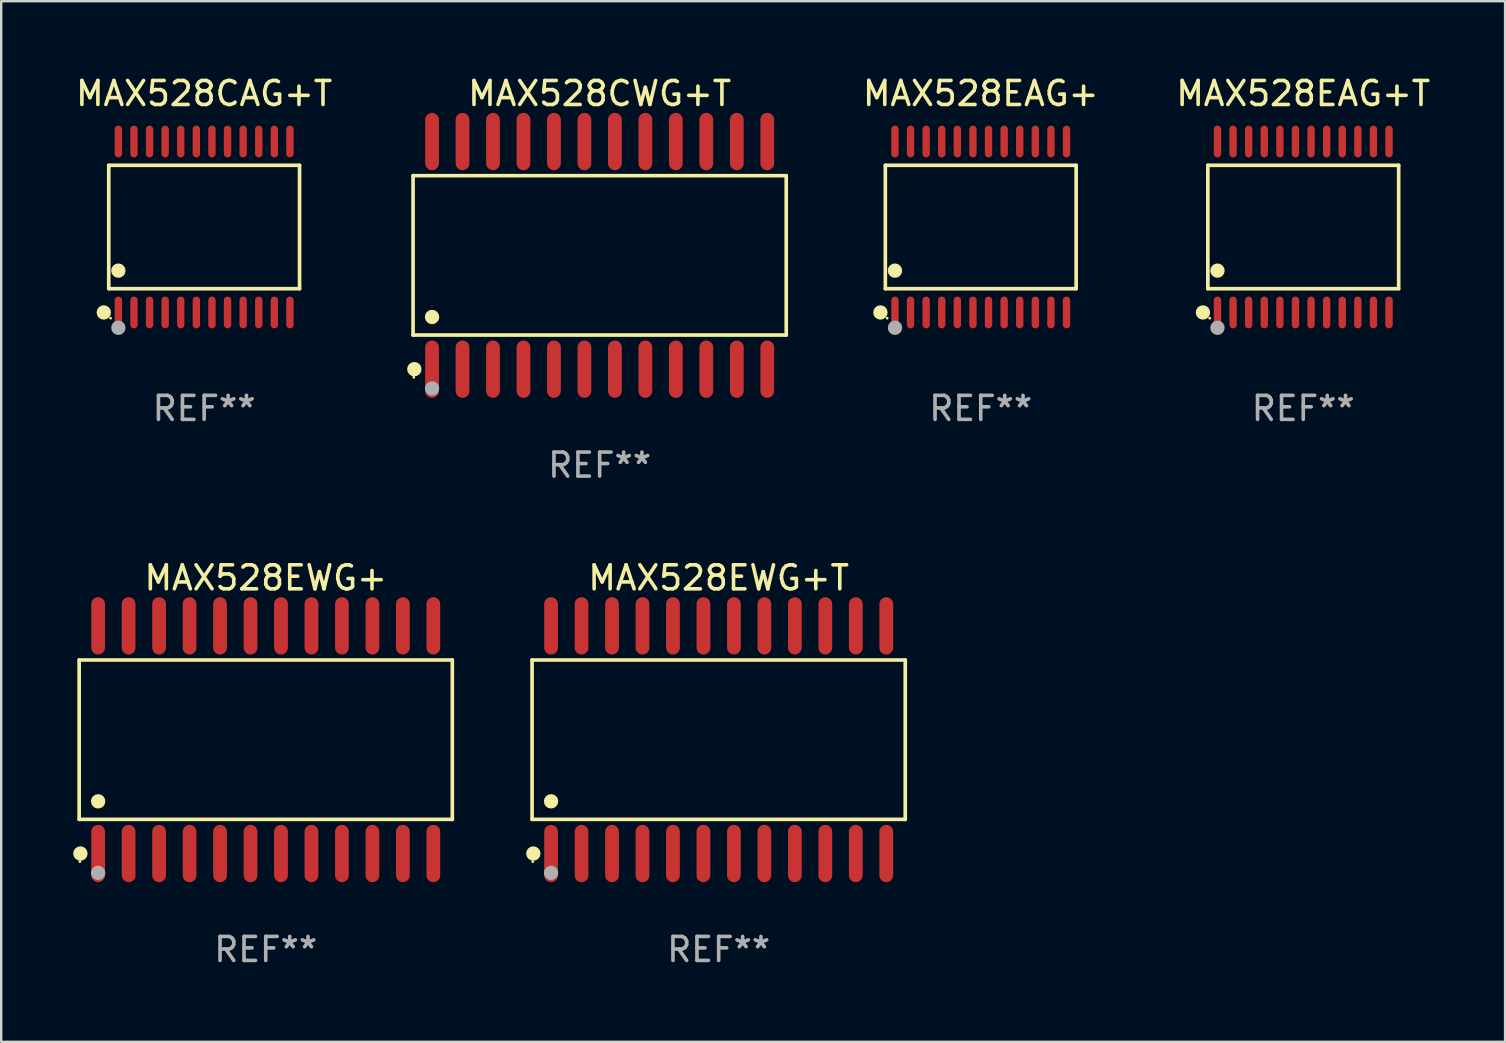
<source format=kicad_pcb>
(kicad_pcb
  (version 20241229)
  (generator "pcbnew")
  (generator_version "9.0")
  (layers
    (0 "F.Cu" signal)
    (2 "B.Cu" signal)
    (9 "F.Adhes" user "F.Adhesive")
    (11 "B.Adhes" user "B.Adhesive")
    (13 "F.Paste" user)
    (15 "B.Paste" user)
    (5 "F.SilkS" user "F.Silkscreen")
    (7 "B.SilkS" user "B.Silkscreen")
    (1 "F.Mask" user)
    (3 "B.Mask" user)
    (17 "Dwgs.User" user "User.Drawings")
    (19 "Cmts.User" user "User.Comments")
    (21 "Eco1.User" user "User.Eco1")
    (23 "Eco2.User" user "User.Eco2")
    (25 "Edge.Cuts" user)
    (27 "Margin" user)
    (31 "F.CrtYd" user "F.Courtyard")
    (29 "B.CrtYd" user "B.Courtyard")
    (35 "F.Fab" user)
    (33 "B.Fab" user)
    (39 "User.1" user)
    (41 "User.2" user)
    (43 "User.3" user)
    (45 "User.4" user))
  (footprint "MAX528EAG+"
    (layer "F.Cu")
    (at 37.823 6.41)
    (property "Reference" "MAX528EAG+" (at 0 -5.562 0) (layer "F.SilkS") (effects (font (size 1 1) (thickness 0.15))))
    (attr through_hole)
    (fp_line (start -3.976 -2.571) (end 3.976 -2.571) (stroke (width 0.152) (type solid)) (layer "F.SilkS"))
    (fp_line (start -3.976 2.571) (end -3.976 -2.571) (stroke (width 0.152) (type solid)) (layer "F.SilkS"))
    (fp_line (start 3.976 -2.571) (end 3.976 2.571) (stroke (width 0.152) (type solid)) (layer "F.SilkS"))
    (fp_line (start 3.976 2.571) (end -3.976 2.571) (stroke (width 0.152) (type solid)) (layer "F.SilkS"))
    (fp_circle (center -4.181 3.562) (end -4.031 3.562) (stroke (width 0.3) (type solid)) (fill no) (layer "F.SilkS"))
    (fp_circle (center -3.9 3.8) (end -3.87 3.8) (stroke (width 0.06) (type solid)) (fill no) (layer "F.SilkS"))
    (fp_circle (center -3.575 1.819) (end -3.425 1.819) (stroke (width 0.3) (type solid)) (fill no) (layer "F.SilkS"))
    (fp_circle (center -3.575 4.2) (end -3.425 4.2) (stroke (width 0.3) (type solid)) (fill no) (layer "F.Fab"))
    (fp_text user "REF**" (at 0 7.562 0) (layer "F.Fab") (effects (font (size 1 1) (thickness 0.15))))
    (pad "1" smd oval (at -3.575 3.562) (size 0.308 1.324) (layers "F.Cu" "F.Mask" "F.Paste"))
    (pad "2" smd oval (at -2.925 3.562) (size 0.308 1.324) (layers "F.Cu" "F.Mask" "F.Paste"))
    (pad "3" smd oval (at -2.275 3.562) (size 0.308 1.324) (layers "F.Cu" "F.Mask" "F.Paste"))
    (pad "4" smd oval (at -1.625 3.562) (size 0.308 1.324) (layers "F.Cu" "F.Mask" "F.Paste"))
    (pad "5" smd oval (at -0.975 3.562) (size 0.308 1.324) (layers "F.Cu" "F.Mask" "F.Paste"))
    (pad "6" smd oval (at -0.325 3.562) (size 0.308 1.324) (layers "F.Cu" "F.Mask" "F.Paste"))
    (pad "7" smd oval (at 0.325 3.562) (size 0.308 1.324) (layers "F.Cu" "F.Mask" "F.Paste"))
    (pad "8" smd oval (at 0.975 3.562) (size 0.308 1.324) (layers "F.Cu" "F.Mask" "F.Paste"))
    (pad "9" smd oval (at 1.625 3.562) (size 0.308 1.324) (layers "F.Cu" "F.Mask" "F.Paste"))
    (pad "10" smd oval (at 2.275 3.562) (size 0.308 1.324) (layers "F.Cu" "F.Mask" "F.Paste"))
    (pad "11" smd oval (at 2.925 3.562) (size 0.308 1.324) (layers "F.Cu" "F.Mask" "F.Paste"))
    (pad "12" smd oval (at 3.575 3.562) (size 0.308 1.324) (layers "F.Cu" "F.Mask" "F.Paste"))
    (pad "13" smd oval (at 3.575 -3.562) (size 0.308 1.324) (layers "F.Cu" "F.Mask" "F.Paste"))
    (pad "14" smd oval (at 2.925 -3.562) (size 0.308 1.324) (layers "F.Cu" "F.Mask" "F.Paste"))
    (pad "15" smd oval (at 2.275 -3.562) (size 0.308 1.324) (layers "F.Cu" "F.Mask" "F.Paste"))
    (pad "16" smd oval (at 1.625 -3.562) (size 0.308 1.324) (layers "F.Cu" "F.Mask" "F.Paste"))
    (pad "17" smd oval (at 0.975 -3.562) (size 0.308 1.324) (layers "F.Cu" "F.Mask" "F.Paste"))
    (pad "18" smd oval (at 0.325 -3.562) (size 0.308 1.324) (layers "F.Cu" "F.Mask" "F.Paste"))
    (pad "19" smd oval (at -0.325 -3.562) (size 0.308 1.324) (layers "F.Cu" "F.Mask" "F.Paste"))
    (pad "20" smd oval (at -0.975 -3.562) (size 0.308 1.324) (layers "F.Cu" "F.Mask" "F.Paste"))
    (pad "21" smd oval (at -1.625 -3.562) (size 0.308 1.324) (layers "F.Cu" "F.Mask" "F.Paste"))
    (pad "22" smd oval (at -2.275 -3.562) (size 0.308 1.324) (layers "F.Cu" "F.Mask" "F.Paste"))
    (pad "23" smd oval (at -2.925 -3.562) (size 0.308 1.324) (layers "F.Cu" "F.Mask" "F.Paste"))
    (pad "24" smd oval (at -3.575 -3.562) (size 0.308 1.324) (layers "F.Cu" "F.Mask" "F.Paste")))
  (footprint "MAX528CAG+T"
    (layer "F.Cu")
    (at 5.458 6.41)
    (property "Reference" "MAX528CAG+T" (at 0 -5.562 0) (layer "F.SilkS") (effects (font (size 1 1) (thickness 0.15))))
    (attr through_hole)
    (fp_line (start -3.976 -2.571) (end 3.976 -2.571) (stroke (width 0.152) (type solid)) (layer "F.SilkS"))
    (fp_line (start -3.976 2.571) (end -3.976 -2.571) (stroke (width 0.152) (type solid)) (layer "F.SilkS"))
    (fp_line (start 3.976 -2.571) (end 3.976 2.571) (stroke (width 0.152) (type solid)) (layer "F.SilkS"))
    (fp_line (start 3.976 2.571) (end -3.976 2.571) (stroke (width 0.152) (type solid)) (layer "F.SilkS"))
    (fp_circle (center -4.181 3.562) (end -4.031 3.562) (stroke (width 0.3) (type solid)) (fill no) (layer "F.SilkS"))
    (fp_circle (center -3.9 3.8) (end -3.87 3.8) (stroke (width 0.06) (type solid)) (fill no) (layer "F.SilkS"))
    (fp_circle (center -3.575 1.819) (end -3.425 1.819) (stroke (width 0.3) (type solid)) (fill no) (layer "F.SilkS"))
    (fp_circle (center -3.575 4.2) (end -3.425 4.2) (stroke (width 0.3) (type solid)) (fill no) (layer "F.Fab"))
    (fp_text user "REF**" (at 0 7.562 0) (layer "F.Fab") (effects (font (size 1 1) (thickness 0.15))))
    (pad "1" smd oval (at -3.575 3.562) (size 0.308 1.324) (layers "F.Cu" "F.Mask" "F.Paste"))
    (pad "2" smd oval (at -2.925 3.562) (size 0.308 1.324) (layers "F.Cu" "F.Mask" "F.Paste"))
    (pad "3" smd oval (at -2.275 3.562) (size 0.308 1.324) (layers "F.Cu" "F.Mask" "F.Paste"))
    (pad "4" smd oval (at -1.625 3.562) (size 0.308 1.324) (layers "F.Cu" "F.Mask" "F.Paste"))
    (pad "5" smd oval (at -0.975 3.562) (size 0.308 1.324) (layers "F.Cu" "F.Mask" "F.Paste"))
    (pad "6" smd oval (at -0.325 3.562) (size 0.308 1.324) (layers "F.Cu" "F.Mask" "F.Paste"))
    (pad "7" smd oval (at 0.325 3.562) (size 0.308 1.324) (layers "F.Cu" "F.Mask" "F.Paste"))
    (pad "8" smd oval (at 0.975 3.562) (size 0.308 1.324) (layers "F.Cu" "F.Mask" "F.Paste"))
    (pad "9" smd oval (at 1.625 3.562) (size 0.308 1.324) (layers "F.Cu" "F.Mask" "F.Paste"))
    (pad "10" smd oval (at 2.275 3.562) (size 0.308 1.324) (layers "F.Cu" "F.Mask" "F.Paste"))
    (pad "11" smd oval (at 2.925 3.562) (size 0.308 1.324) (layers "F.Cu" "F.Mask" "F.Paste"))
    (pad "12" smd oval (at 3.575 3.562) (size 0.308 1.324) (layers "F.Cu" "F.Mask" "F.Paste"))
    (pad "13" smd oval (at 3.575 -3.562) (size 0.308 1.324) (layers "F.Cu" "F.Mask" "F.Paste"))
    (pad "14" smd oval (at 2.925 -3.562) (size 0.308 1.324) (layers "F.Cu" "F.Mask" "F.Paste"))
    (pad "15" smd oval (at 2.275 -3.562) (size 0.308 1.324) (layers "F.Cu" "F.Mask" "F.Paste"))
    (pad "16" smd oval (at 1.625 -3.562) (size 0.308 1.324) (layers "F.Cu" "F.Mask" "F.Paste"))
    (pad "17" smd oval (at 0.975 -3.562) (size 0.308 1.324) (layers "F.Cu" "F.Mask" "F.Paste"))
    (pad "18" smd oval (at 0.325 -3.562) (size 0.308 1.324) (layers "F.Cu" "F.Mask" "F.Paste"))
    (pad "19" smd oval (at -0.325 -3.562) (size 0.308 1.324) (layers "F.Cu" "F.Mask" "F.Paste"))
    (pad "20" smd oval (at -0.975 -3.562) (size 0.308 1.324) (layers "F.Cu" "F.Mask" "F.Paste"))
    (pad "21" smd oval (at -1.625 -3.562) (size 0.308 1.324) (layers "F.Cu" "F.Mask" "F.Paste"))
    (pad "22" smd oval (at -2.275 -3.562) (size 0.308 1.324) (layers "F.Cu" "F.Mask" "F.Paste"))
    (pad "23" smd oval (at -2.925 -3.562) (size 0.308 1.324) (layers "F.Cu" "F.Mask" "F.Paste"))
    (pad "24" smd oval (at -3.575 -3.562) (size 0.308 1.324) (layers "F.Cu" "F.Mask" "F.Paste")))
  (footprint "MAX528EWG+"
    (layer "F.Cu")
    (at 8.025 27.777)
    (property "Reference" "MAX528EWG+" (at 0 -6.744 0) (layer "F.SilkS") (effects (font (size 1 1) (thickness 0.15))))
    (attr through_hole)
    (fp_line (start -7.776 -3.321) (end 7.776 -3.321) (stroke (width 0.152) (type solid)) (layer "F.SilkS"))
    (fp_line (start -7.776 3.321) (end -7.776 -3.321) (stroke (width 0.152) (type solid)) (layer "F.SilkS"))
    (fp_line (start 7.776 -3.321) (end 7.776 3.321) (stroke (width 0.152) (type solid)) (layer "F.SilkS"))
    (fp_line (start 7.776 3.321) (end -7.776 3.321) (stroke (width 0.152) (type solid)) (layer "F.SilkS"))
    (fp_circle (center -7.747 5.08) (end -7.717 5.08) (stroke (width 0.06) (type solid)) (fill no) (layer "F.SilkS"))
    (fp_circle (center -7.724 4.744) (end -7.574 4.744) (stroke (width 0.3) (type solid)) (fill no) (layer "F.SilkS"))
    (fp_circle (center -6.985 2.569) (end -6.835 2.569) (stroke (width 0.3) (type solid)) (fill no) (layer "F.SilkS"))
    (fp_circle (center -6.985 5.55) (end -6.835 5.55) (stroke (width 0.3) (type solid)) (fill no) (layer "F.Fab"))
    (fp_text user "REF**" (at 0 8.744 0) (layer "F.Fab") (effects (font (size 1 1) (thickness 0.15))))
    (pad "1" smd oval (at -6.985 4.744) (size 0.574 2.388) (layers "F.Cu" "F.Mask" "F.Paste"))
    (pad "2" smd oval (at -5.715 4.744) (size 0.574 2.388) (layers "F.Cu" "F.Mask" "F.Paste"))
    (pad "3" smd oval (at -4.445 4.744) (size 0.574 2.388) (layers "F.Cu" "F.Mask" "F.Paste"))
    (pad "4" smd oval (at -3.175 4.744) (size 0.574 2.388) (layers "F.Cu" "F.Mask" "F.Paste"))
    (pad "5" smd oval (at -1.905 4.744) (size 0.574 2.388) (layers "F.Cu" "F.Mask" "F.Paste"))
    (pad "6" smd oval (at -0.635 4.744) (size 0.574 2.388) (layers "F.Cu" "F.Mask" "F.Paste"))
    (pad "7" smd oval (at 0.635 4.744) (size 0.574 2.388) (layers "F.Cu" "F.Mask" "F.Paste"))
    (pad "8" smd oval (at 1.905 4.744) (size 0.574 2.388) (layers "F.Cu" "F.Mask" "F.Paste"))
    (pad "9" smd oval (at 3.175 4.744) (size 0.574 2.388) (layers "F.Cu" "F.Mask" "F.Paste"))
    (pad "10" smd oval (at 4.445 4.744) (size 0.574 2.388) (layers "F.Cu" "F.Mask" "F.Paste"))
    (pad "11" smd oval (at 5.715 4.744) (size 0.574 2.388) (layers "F.Cu" "F.Mask" "F.Paste"))
    (pad "12" smd oval (at 6.985 4.744) (size 0.574 2.388) (layers "F.Cu" "F.Mask" "F.Paste"))
    (pad "13" smd oval (at 6.985 -4.744) (size 0.574 2.388) (layers "F.Cu" "F.Mask" "F.Paste"))
    (pad "14" smd oval (at 5.715 -4.744) (size 0.574 2.388) (layers "F.Cu" "F.Mask" "F.Paste"))
    (pad "15" smd oval (at 4.445 -4.744) (size 0.574 2.388) (layers "F.Cu" "F.Mask" "F.Paste"))
    (pad "16" smd oval (at 3.175 -4.744) (size 0.574 2.388) (layers "F.Cu" "F.Mask" "F.Paste"))
    (pad "17" smd oval (at 1.905 -4.744) (size 0.574 2.388) (layers "F.Cu" "F.Mask" "F.Paste"))
    (pad "18" smd oval (at 0.635 -4.744) (size 0.574 2.388) (layers "F.Cu" "F.Mask" "F.Paste"))
    (pad "19" smd oval (at -0.635 -4.744) (size 0.574 2.388) (layers "F.Cu" "F.Mask" "F.Paste"))
    (pad "20" smd oval (at -1.905 -4.744) (size 0.574 2.388) (layers "F.Cu" "F.Mask" "F.Paste"))
    (pad "21" smd oval (at -3.175 -4.744) (size 0.574 2.388) (layers "F.Cu" "F.Mask" "F.Paste"))
    (pad "22" smd oval (at -4.445 -4.744) (size 0.574 2.388) (layers "F.Cu" "F.Mask" "F.Paste"))
    (pad "23" smd oval (at -5.715 -4.744) (size 0.574 2.388) (layers "F.Cu" "F.Mask" "F.Paste"))
    (pad "24" smd oval (at -6.985 -4.744) (size 0.574 2.388) (layers "F.Cu" "F.Mask" "F.Paste")))
  (footprint "MAX528EWG+T"
    (layer "F.Cu")
    (at 26.901 27.777)
    (property "Reference" "MAX528EWG+T" (at 0 -6.744 0) (layer "F.SilkS") (effects (font (size 1 1) (thickness 0.15))))
    (attr through_hole)
    (fp_line (start -7.776 -3.321) (end 7.776 -3.321) (stroke (width 0.152) (type solid)) (layer "F.SilkS"))
    (fp_line (start -7.776 3.321) (end -7.776 -3.321) (stroke (width 0.152) (type solid)) (layer "F.SilkS"))
    (fp_line (start 7.776 -3.321) (end 7.776 3.321) (stroke (width 0.152) (type solid)) (layer "F.SilkS"))
    (fp_line (start 7.776 3.321) (end -7.776 3.321) (stroke (width 0.152) (type solid)) (layer "F.SilkS"))
    (fp_circle (center -7.747 5.08) (end -7.717 5.08) (stroke (width 0.06) (type solid)) (fill no) (layer "F.SilkS"))
    (fp_circle (center -7.724 4.744) (end -7.574 4.744) (stroke (width 0.3) (type solid)) (fill no) (layer "F.SilkS"))
    (fp_circle (center -6.985 2.569) (end -6.835 2.569) (stroke (width 0.3) (type solid)) (fill no) (layer "F.SilkS"))
    (fp_circle (center -6.985 5.55) (end -6.835 5.55) (stroke (width 0.3) (type solid)) (fill no) (layer "F.Fab"))
    (fp_text user "REF**" (at 0 8.744 0) (layer "F.Fab") (effects (font (size 1 1) (thickness 0.15))))
    (pad "1" smd oval (at -6.985 4.744) (size 0.574 2.388) (layers "F.Cu" "F.Mask" "F.Paste"))
    (pad "2" smd oval (at -5.715 4.744) (size 0.574 2.388) (layers "F.Cu" "F.Mask" "F.Paste"))
    (pad "3" smd oval (at -4.445 4.744) (size 0.574 2.388) (layers "F.Cu" "F.Mask" "F.Paste"))
    (pad "4" smd oval (at -3.175 4.744) (size 0.574 2.388) (layers "F.Cu" "F.Mask" "F.Paste"))
    (pad "5" smd oval (at -1.905 4.744) (size 0.574 2.388) (layers "F.Cu" "F.Mask" "F.Paste"))
    (pad "6" smd oval (at -0.635 4.744) (size 0.574 2.388) (layers "F.Cu" "F.Mask" "F.Paste"))
    (pad "7" smd oval (at 0.635 4.744) (size 0.574 2.388) (layers "F.Cu" "F.Mask" "F.Paste"))
    (pad "8" smd oval (at 1.905 4.744) (size 0.574 2.388) (layers "F.Cu" "F.Mask" "F.Paste"))
    (pad "9" smd oval (at 3.175 4.744) (size 0.574 2.388) (layers "F.Cu" "F.Mask" "F.Paste"))
    (pad "10" smd oval (at 4.445 4.744) (size 0.574 2.388) (layers "F.Cu" "F.Mask" "F.Paste"))
    (pad "11" smd oval (at 5.715 4.744) (size 0.574 2.388) (layers "F.Cu" "F.Mask" "F.Paste"))
    (pad "12" smd oval (at 6.985 4.744) (size 0.574 2.388) (layers "F.Cu" "F.Mask" "F.Paste"))
    (pad "13" smd oval (at 6.985 -4.744) (size 0.574 2.388) (layers "F.Cu" "F.Mask" "F.Paste"))
    (pad "14" smd oval (at 5.715 -4.744) (size 0.574 2.388) (layers "F.Cu" "F.Mask" "F.Paste"))
    (pad "15" smd oval (at 4.445 -4.744) (size 0.574 2.388) (layers "F.Cu" "F.Mask" "F.Paste"))
    (pad "16" smd oval (at 3.175 -4.744) (size 0.574 2.388) (layers "F.Cu" "F.Mask" "F.Paste"))
    (pad "17" smd oval (at 1.905 -4.744) (size 0.574 2.388) (layers "F.Cu" "F.Mask" "F.Paste"))
    (pad "18" smd oval (at 0.635 -4.744) (size 0.574 2.388) (layers "F.Cu" "F.Mask" "F.Paste"))
    (pad "19" smd oval (at -0.635 -4.744) (size 0.574 2.388) (layers "F.Cu" "F.Mask" "F.Paste"))
    (pad "20" smd oval (at -1.905 -4.744) (size 0.574 2.388) (layers "F.Cu" "F.Mask" "F.Paste"))
    (pad "21" smd oval (at -3.175 -4.744) (size 0.574 2.388) (layers "F.Cu" "F.Mask" "F.Paste"))
    (pad "22" smd oval (at -4.445 -4.744) (size 0.574 2.388) (layers "F.Cu" "F.Mask" "F.Paste"))
    (pad "23" smd oval (at -5.715 -4.744) (size 0.574 2.388) (layers "F.Cu" "F.Mask" "F.Paste"))
    (pad "24" smd oval (at -6.985 -4.744) (size 0.574 2.388) (layers "F.Cu" "F.Mask" "F.Paste")))
  (footprint "MAX528CWG+T"
    (layer "F.Cu")
    (at 21.941 7.592)
    (property "Reference" "MAX528CWG+T" (at 0 -6.744 0) (layer "F.SilkS") (effects (font (size 1 1) (thickness 0.15))))
    (attr through_hole)
    (fp_line (start -7.776 -3.321) (end 7.776 -3.321) (stroke (width 0.152) (type solid)) (layer "F.SilkS"))
    (fp_line (start -7.776 3.321) (end -7.776 -3.321) (stroke (width 0.152) (type solid)) (layer "F.SilkS"))
    (fp_line (start 7.776 -3.321) (end 7.776 3.321) (stroke (width 0.152) (type solid)) (layer "F.SilkS"))
    (fp_line (start 7.776 3.321) (end -7.776 3.321) (stroke (width 0.152) (type solid)) (layer "F.SilkS"))
    (fp_circle (center -7.747 5.08) (end -7.717 5.08) (stroke (width 0.06) (type solid)) (fill no) (layer "F.SilkS"))
    (fp_circle (center -7.724 4.744) (end -7.574 4.744) (stroke (width 0.3) (type solid)) (fill no) (layer "F.SilkS"))
    (fp_circle (center -6.985 2.569) (end -6.835 2.569) (stroke (width 0.3) (type solid)) (fill no) (layer "F.SilkS"))
    (fp_circle (center -6.985 5.55) (end -6.835 5.55) (stroke (width 0.3) (type solid)) (fill no) (layer "F.Fab"))
    (fp_text user "REF**" (at 0 8.744 0) (layer "F.Fab") (effects (font (size 1 1) (thickness 0.15))))
    (pad "1" smd oval (at -6.985 4.744) (size 0.574 2.388) (layers "F.Cu" "F.Mask" "F.Paste"))
    (pad "2" smd oval (at -5.715 4.744) (size 0.574 2.388) (layers "F.Cu" "F.Mask" "F.Paste"))
    (pad "3" smd oval (at -4.445 4.744) (size 0.574 2.388) (layers "F.Cu" "F.Mask" "F.Paste"))
    (pad "4" smd oval (at -3.175 4.744) (size 0.574 2.388) (layers "F.Cu" "F.Mask" "F.Paste"))
    (pad "5" smd oval (at -1.905 4.744) (size 0.574 2.388) (layers "F.Cu" "F.Mask" "F.Paste"))
    (pad "6" smd oval (at -0.635 4.744) (size 0.574 2.388) (layers "F.Cu" "F.Mask" "F.Paste"))
    (pad "7" smd oval (at 0.635 4.744) (size 0.574 2.388) (layers "F.Cu" "F.Mask" "F.Paste"))
    (pad "8" smd oval (at 1.905 4.744) (size 0.574 2.388) (layers "F.Cu" "F.Mask" "F.Paste"))
    (pad "9" smd oval (at 3.175 4.744) (size 0.574 2.388) (layers "F.Cu" "F.Mask" "F.Paste"))
    (pad "10" smd oval (at 4.445 4.744) (size 0.574 2.388) (layers "F.Cu" "F.Mask" "F.Paste"))
    (pad "11" smd oval (at 5.715 4.744) (size 0.574 2.388) (layers "F.Cu" "F.Mask" "F.Paste"))
    (pad "12" smd oval (at 6.985 4.744) (size 0.574 2.388) (layers "F.Cu" "F.Mask" "F.Paste"))
    (pad "13" smd oval (at 6.985 -4.744) (size 0.574 2.388) (layers "F.Cu" "F.Mask" "F.Paste"))
    (pad "14" smd oval (at 5.715 -4.744) (size 0.574 2.388) (layers "F.Cu" "F.Mask" "F.Paste"))
    (pad "15" smd oval (at 4.445 -4.744) (size 0.574 2.388) (layers "F.Cu" "F.Mask" "F.Paste"))
    (pad "16" smd oval (at 3.175 -4.744) (size 0.574 2.388) (layers "F.Cu" "F.Mask" "F.Paste"))
    (pad "17" smd oval (at 1.905 -4.744) (size 0.574 2.388) (layers "F.Cu" "F.Mask" "F.Paste"))
    (pad "18" smd oval (at 0.635 -4.744) (size 0.574 2.388) (layers "F.Cu" "F.Mask" "F.Paste"))
    (pad "19" smd oval (at -0.635 -4.744) (size 0.574 2.388) (layers "F.Cu" "F.Mask" "F.Paste"))
    (pad "20" smd oval (at -1.905 -4.744) (size 0.574 2.388) (layers "F.Cu" "F.Mask" "F.Paste"))
    (pad "21" smd oval (at -3.175 -4.744) (size 0.574 2.388) (layers "F.Cu" "F.Mask" "F.Paste"))
    (pad "22" smd oval (at -4.445 -4.744) (size 0.574 2.388) (layers "F.Cu" "F.Mask" "F.Paste"))
    (pad "23" smd oval (at -5.715 -4.744) (size 0.574 2.388) (layers "F.Cu" "F.Mask" "F.Paste"))
    (pad "24" smd oval (at -6.985 -4.744) (size 0.574 2.388) (layers "F.Cu" "F.Mask" "F.Paste")))
  (footprint "MAX528EAG+T"
    (layer "F.Cu")
    (at 51.264 6.41)
    (property "Reference" "MAX528EAG+T" (at 0 -5.562 0) (layer "F.SilkS") (effects (font (size 1 1) (thickness 0.15))))
    (attr through_hole)
    (fp_line (start -3.976 -2.571) (end 3.976 -2.571) (stroke (width 0.152) (type solid)) (layer "F.SilkS"))
    (fp_line (start -3.976 2.571) (end -3.976 -2.571) (stroke (width 0.152) (type solid)) (layer "F.SilkS"))
    (fp_line (start 3.976 -2.571) (end 3.976 2.571) (stroke (width 0.152) (type solid)) (layer "F.SilkS"))
    (fp_line (start 3.976 2.571) (end -3.976 2.571) (stroke (width 0.152) (type solid)) (layer "F.SilkS"))
    (fp_circle (center -4.181 3.562) (end -4.031 3.562) (stroke (width 0.3) (type solid)) (fill no) (layer "F.SilkS"))
    (fp_circle (center -3.9 3.8) (end -3.87 3.8) (stroke (width 0.06) (type solid)) (fill no) (layer "F.SilkS"))
    (fp_circle (center -3.575 1.819) (end -3.425 1.819) (stroke (width 0.3) (type solid)) (fill no) (layer "F.SilkS"))
    (fp_circle (center -3.575 4.2) (end -3.425 4.2) (stroke (width 0.3) (type solid)) (fill no) (layer "F.Fab"))
    (fp_text user "REF**" (at 0 7.562 0) (layer "F.Fab") (effects (font (size 1 1) (thickness 0.15))))
    (pad "1" smd oval (at -3.575 3.562) (size 0.308 1.324) (layers "F.Cu" "F.Mask" "F.Paste"))
    (pad "2" smd oval (at -2.925 3.562) (size 0.308 1.324) (layers "F.Cu" "F.Mask" "F.Paste"))
    (pad "3" smd oval (at -2.275 3.562) (size 0.308 1.324) (layers "F.Cu" "F.Mask" "F.Paste"))
    (pad "4" smd oval (at -1.625 3.562) (size 0.308 1.324) (layers "F.Cu" "F.Mask" "F.Paste"))
    (pad "5" smd oval (at -0.975 3.562) (size 0.308 1.324) (layers "F.Cu" "F.Mask" "F.Paste"))
    (pad "6" smd oval (at -0.325 3.562) (size 0.308 1.324) (layers "F.Cu" "F.Mask" "F.Paste"))
    (pad "7" smd oval (at 0.325 3.562) (size 0.308 1.324) (layers "F.Cu" "F.Mask" "F.Paste"))
    (pad "8" smd oval (at 0.975 3.562) (size 0.308 1.324) (layers "F.Cu" "F.Mask" "F.Paste"))
    (pad "9" smd oval (at 1.625 3.562) (size 0.308 1.324) (layers "F.Cu" "F.Mask" "F.Paste"))
    (pad "10" smd oval (at 2.275 3.562) (size 0.308 1.324) (layers "F.Cu" "F.Mask" "F.Paste"))
    (pad "11" smd oval (at 2.925 3.562) (size 0.308 1.324) (layers "F.Cu" "F.Mask" "F.Paste"))
    (pad "12" smd oval (at 3.575 3.562) (size 0.308 1.324) (layers "F.Cu" "F.Mask" "F.Paste"))
    (pad "13" smd oval (at 3.575 -3.562) (size 0.308 1.324) (layers "F.Cu" "F.Mask" "F.Paste"))
    (pad "14" smd oval (at 2.925 -3.562) (size 0.308 1.324) (layers "F.Cu" "F.Mask" "F.Paste"))
    (pad "15" smd oval (at 2.275 -3.562) (size 0.308 1.324) (layers "F.Cu" "F.Mask" "F.Paste"))
    (pad "16" smd oval (at 1.625 -3.562) (size 0.308 1.324) (layers "F.Cu" "F.Mask" "F.Paste"))
    (pad "17" smd oval (at 0.975 -3.562) (size 0.308 1.324) (layers "F.Cu" "F.Mask" "F.Paste"))
    (pad "18" smd oval (at 0.325 -3.562) (size 0.308 1.324) (layers "F.Cu" "F.Mask" "F.Paste"))
    (pad "19" smd oval (at -0.325 -3.562) (size 0.308 1.324) (layers "F.Cu" "F.Mask" "F.Paste"))
    (pad "20" smd oval (at -0.975 -3.562) (size 0.308 1.324) (layers "F.Cu" "F.Mask" "F.Paste"))
    (pad "21" smd oval (at -1.625 -3.562) (size 0.308 1.324) (layers "F.Cu" "F.Mask" "F.Paste"))
    (pad "22" smd oval (at -2.275 -3.562) (size 0.308 1.324) (layers "F.Cu" "F.Mask" "F.Paste"))
    (pad "23" smd oval (at -2.925 -3.562) (size 0.308 1.324) (layers "F.Cu" "F.Mask" "F.Paste"))
    (pad "24" smd oval (at -3.575 -3.562) (size 0.308 1.324) (layers "F.Cu" "F.Mask" "F.Paste")))
  (gr_rect
    (start -3 -3)
    (end 59.675 40.369)
    (stroke (width 0.1) (type default))
    (fill no)
    (layer "Edge.Cuts")))
</source>
